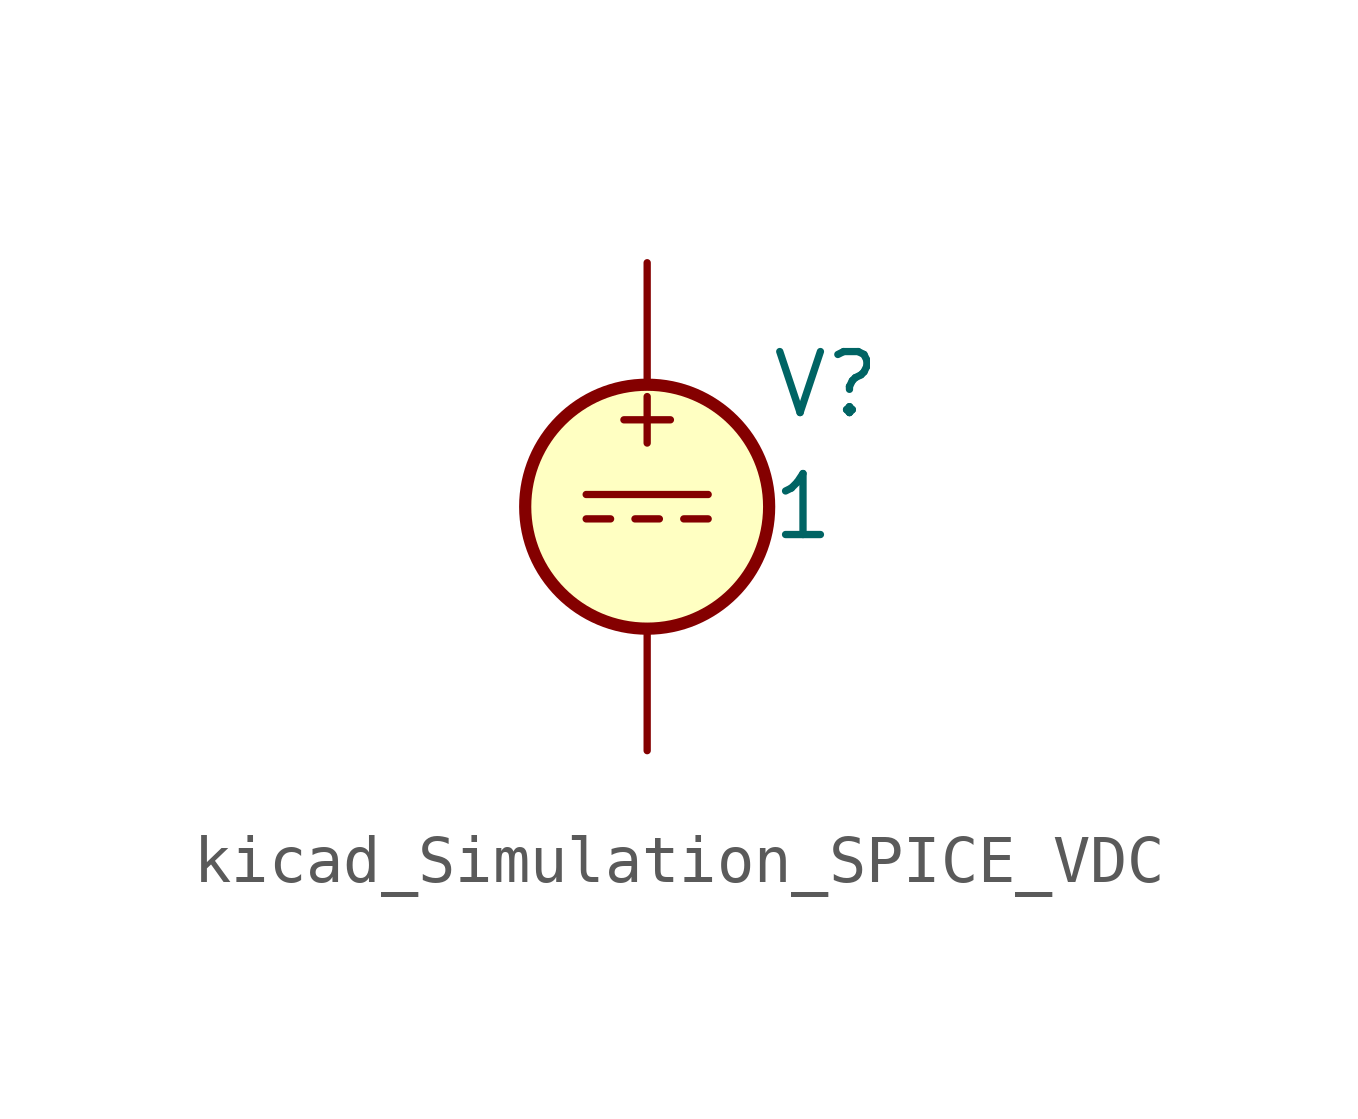
<source format=kicad_sym>
(kicad_symbol_lib
  (version 20220914)
  (generator kicad_symbol_editor)
  (symbol "kicad_Simulation_SPICE_VDC"
    (pin_numbers hide)
    (pin_names
      (offset 0.025))
    (property "Reference" "V"
      (at 2.54 2.54 0)
      (effects (font (size 1.27 1.27)) (justify left)))
    (property "Value" "1"
      (at 2.54 0 0)
      (effects (font (size 1.27 1.27)) (justify left)))
    (symbol "kicad_Simulation_SPICE_VDC_0_0"
      (polyline (pts (xy -1.27 0.254) (xy 1.27 0.254)) (stroke (width 0) (type default)) (fill (type none)))
      (polyline (pts (xy -0.762 -0.254) (xy -1.27 -0.254)) (stroke (width 0) (type default)) (fill (type none)))
      (polyline (pts (xy 0.254 -0.254) (xy -0.254 -0.254)) (stroke (width 0) (type default)) (fill (type none)))
      (polyline (pts (xy 1.27 -0.254) (xy 0.762 -0.254)) (stroke (width 0) (type default)) (fill (type none)))
      (text "+" (at 0 1.905 0) (effects (font (size 1.27 1.27)))))
    (symbol "kicad_Simulation_SPICE_VDC_0_1"
      (circle (center 0 0) (radius 2.54) (stroke (width 0.254) (type default)) (fill (type background))))
    (symbol "kicad_Simulation_SPICE_VDC_1_1"
      (pin passive line (at 0 5.08 270) (length 2.54) (name "~" (effects (font (size 1.27 1.27)))) (number "1" (effects (font (size 1.27 1.27)))))
      (pin passive line (at 0 -5.08 90) (length 2.54) (name "~" (effects (font (size 1.27 1.27)))) (number "2" (effects (font (size 1.27 1.27))))))))
</source>
